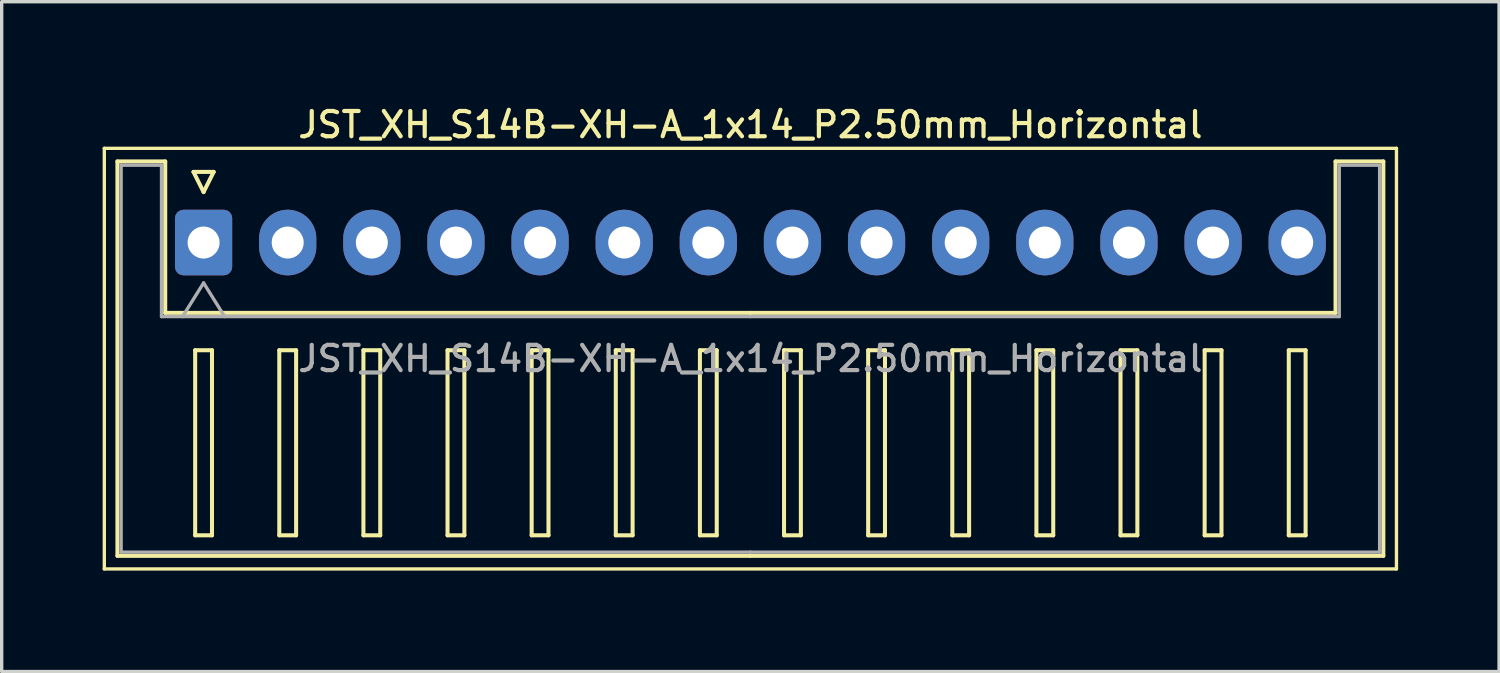
<source format=kicad_pcb>
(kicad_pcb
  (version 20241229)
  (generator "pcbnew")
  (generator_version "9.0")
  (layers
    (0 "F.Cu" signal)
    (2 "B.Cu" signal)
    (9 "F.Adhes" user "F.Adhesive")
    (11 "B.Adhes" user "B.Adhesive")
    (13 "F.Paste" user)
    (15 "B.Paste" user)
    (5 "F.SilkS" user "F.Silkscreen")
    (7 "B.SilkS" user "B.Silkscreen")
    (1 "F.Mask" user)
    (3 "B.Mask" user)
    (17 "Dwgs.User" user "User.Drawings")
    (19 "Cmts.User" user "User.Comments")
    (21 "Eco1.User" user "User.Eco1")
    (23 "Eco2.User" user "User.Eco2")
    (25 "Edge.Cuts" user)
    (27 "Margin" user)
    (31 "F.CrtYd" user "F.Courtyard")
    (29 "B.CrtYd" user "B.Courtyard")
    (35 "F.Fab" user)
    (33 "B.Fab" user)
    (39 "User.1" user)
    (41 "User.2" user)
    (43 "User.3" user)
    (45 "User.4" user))
  (footprint "JST_XH_S14B-XH-A_1x14_P2.50mm_Horizontal"
    (layer "F.Cu")
    (at 3 4.158)
    (property "Reference" "JST_XH_S14B-XH-A_1x14_P2.50mm_Horizontal" (at 16.25 -3.5 0) (layer "F.SilkS") (effects (font (size 0.75 0.75) (thickness 0.125))))
    (attr through_hole)
    (fp_line (start -2.95 -2.8) (end -2.95 9.7) (stroke (width 0.1) (type solid)) (layer "F.SilkS"))
    (fp_line (start -2.95 9.7) (end 35.45 9.7) (stroke (width 0.1) (type solid)) (layer "F.SilkS"))
    (fp_line (start -2.56 -2.41) (end -1.14 -2.41) (stroke (width 0.12) (type solid)) (layer "F.SilkS"))
    (fp_line (start -2.56 9.31) (end -2.56 -2.41) (stroke (width 0.12) (type solid)) (layer "F.SilkS"))
    (fp_line (start -1.14 -2.41) (end -1.14 2.09) (stroke (width 0.12) (type solid)) (layer "F.SilkS"))
    (fp_line (start -1.14 2.09) (end 16.25 2.09) (stroke (width 0.12) (type solid)) (layer "F.SilkS"))
    (fp_line (start -0.3 -2.1) (end 0.3 -2.1) (stroke (width 0.12) (type solid)) (layer "F.SilkS"))
    (fp_line (start -0.25 3.2) (end -0.25 8.7) (stroke (width 0.12) (type solid)) (layer "F.SilkS"))
    (fp_line (start -0.25 8.7) (end 0.25 8.7) (stroke (width 0.12) (type solid)) (layer "F.SilkS"))
    (fp_line (start 0 -1.5) (end -0.3 -2.1) (stroke (width 0.12) (type solid)) (layer "F.SilkS"))
    (fp_line (start 0.25 3.2) (end -0.25 3.2) (stroke (width 0.12) (type solid)) (layer "F.SilkS"))
    (fp_line (start 0.25 8.7) (end 0.25 3.2) (stroke (width 0.12) (type solid)) (layer "F.SilkS"))
    (fp_line (start 0.3 -2.1) (end 0 -1.5) (stroke (width 0.12) (type solid)) (layer "F.SilkS"))
    (fp_line (start 2.25 3.2) (end 2.25 8.7) (stroke (width 0.12) (type solid)) (layer "F.SilkS"))
    (fp_line (start 2.25 8.7) (end 2.75 8.7) (stroke (width 0.12) (type solid)) (layer "F.SilkS"))
    (fp_line (start 2.75 3.2) (end 2.25 3.2) (stroke (width 0.12) (type solid)) (layer "F.SilkS"))
    (fp_line (start 2.75 8.7) (end 2.75 3.2) (stroke (width 0.12) (type solid)) (layer "F.SilkS"))
    (fp_line (start 4.75 3.2) (end 4.75 8.7) (stroke (width 0.12) (type solid)) (layer "F.SilkS"))
    (fp_line (start 4.75 8.7) (end 5.25 8.7) (stroke (width 0.12) (type solid)) (layer "F.SilkS"))
    (fp_line (start 5.25 3.2) (end 4.75 3.2) (stroke (width 0.12) (type solid)) (layer "F.SilkS"))
    (fp_line (start 5.25 8.7) (end 5.25 3.2) (stroke (width 0.12) (type solid)) (layer "F.SilkS"))
    (fp_line (start 7.25 3.2) (end 7.25 8.7) (stroke (width 0.12) (type solid)) (layer "F.SilkS"))
    (fp_line (start 7.25 8.7) (end 7.75 8.7) (stroke (width 0.12) (type solid)) (layer "F.SilkS"))
    (fp_line (start 7.75 3.2) (end 7.25 3.2) (stroke (width 0.12) (type solid)) (layer "F.SilkS"))
    (fp_line (start 7.75 8.7) (end 7.75 3.2) (stroke (width 0.12) (type solid)) (layer "F.SilkS"))
    (fp_line (start 9.75 3.2) (end 9.75 8.7) (stroke (width 0.12) (type solid)) (layer "F.SilkS"))
    (fp_line (start 9.75 8.7) (end 10.25 8.7) (stroke (width 0.12) (type solid)) (layer "F.SilkS"))
    (fp_line (start 10.25 3.2) (end 9.75 3.2) (stroke (width 0.12) (type solid)) (layer "F.SilkS"))
    (fp_line (start 10.25 8.7) (end 10.25 3.2) (stroke (width 0.12) (type solid)) (layer "F.SilkS"))
    (fp_line (start 12.25 3.2) (end 12.25 8.7) (stroke (width 0.12) (type solid)) (layer "F.SilkS"))
    (fp_line (start 12.25 8.7) (end 12.75 8.7) (stroke (width 0.12) (type solid)) (layer "F.SilkS"))
    (fp_line (start 12.75 3.2) (end 12.25 3.2) (stroke (width 0.12) (type solid)) (layer "F.SilkS"))
    (fp_line (start 12.75 8.7) (end 12.75 3.2) (stroke (width 0.12) (type solid)) (layer "F.SilkS"))
    (fp_line (start 14.75 3.2) (end 14.75 8.7) (stroke (width 0.12) (type solid)) (layer "F.SilkS"))
    (fp_line (start 14.75 8.7) (end 15.25 8.7) (stroke (width 0.12) (type solid)) (layer "F.SilkS"))
    (fp_line (start 15.25 3.2) (end 14.75 3.2) (stroke (width 0.12) (type solid)) (layer "F.SilkS"))
    (fp_line (start 15.25 8.7) (end 15.25 3.2) (stroke (width 0.12) (type solid)) (layer "F.SilkS"))
    (fp_line (start 16.25 9.31) (end -2.56 9.31) (stroke (width 0.12) (type solid)) (layer "F.SilkS"))
    (fp_line (start 16.25 9.31) (end 35.06 9.31) (stroke (width 0.12) (type solid)) (layer "F.SilkS"))
    (fp_line (start 17.25 3.2) (end 17.25 8.7) (stroke (width 0.12) (type solid)) (layer "F.SilkS"))
    (fp_line (start 17.25 8.7) (end 17.75 8.7) (stroke (width 0.12) (type solid)) (layer "F.SilkS"))
    (fp_line (start 17.75 3.2) (end 17.25 3.2) (stroke (width 0.12) (type solid)) (layer "F.SilkS"))
    (fp_line (start 17.75 8.7) (end 17.75 3.2) (stroke (width 0.12) (type solid)) (layer "F.SilkS"))
    (fp_line (start 19.75 3.2) (end 19.75 8.7) (stroke (width 0.12) (type solid)) (layer "F.SilkS"))
    (fp_line (start 19.75 8.7) (end 20.25 8.7) (stroke (width 0.12) (type solid)) (layer "F.SilkS"))
    (fp_line (start 20.25 3.2) (end 19.75 3.2) (stroke (width 0.12) (type solid)) (layer "F.SilkS"))
    (fp_line (start 20.25 8.7) (end 20.25 3.2) (stroke (width 0.12) (type solid)) (layer "F.SilkS"))
    (fp_line (start 22.25 3.2) (end 22.25 8.7) (stroke (width 0.12) (type solid)) (layer "F.SilkS"))
    (fp_line (start 22.25 8.7) (end 22.75 8.7) (stroke (width 0.12) (type solid)) (layer "F.SilkS"))
    (fp_line (start 22.75 3.2) (end 22.25 3.2) (stroke (width 0.12) (type solid)) (layer "F.SilkS"))
    (fp_line (start 22.75 8.7) (end 22.75 3.2) (stroke (width 0.12) (type solid)) (layer "F.SilkS"))
    (fp_line (start 24.75 3.2) (end 24.75 8.7) (stroke (width 0.12) (type solid)) (layer "F.SilkS"))
    (fp_line (start 24.75 8.7) (end 25.25 8.7) (stroke (width 0.12) (type solid)) (layer "F.SilkS"))
    (fp_line (start 25.25 3.2) (end 24.75 3.2) (stroke (width 0.12) (type solid)) (layer "F.SilkS"))
    (fp_line (start 25.25 8.7) (end 25.25 3.2) (stroke (width 0.12) (type solid)) (layer "F.SilkS"))
    (fp_line (start 27.25 3.2) (end 27.25 8.7) (stroke (width 0.12) (type solid)) (layer "F.SilkS"))
    (fp_line (start 27.25 8.7) (end 27.75 8.7) (stroke (width 0.12) (type solid)) (layer "F.SilkS"))
    (fp_line (start 27.75 3.2) (end 27.25 3.2) (stroke (width 0.12) (type solid)) (layer "F.SilkS"))
    (fp_line (start 27.75 8.7) (end 27.75 3.2) (stroke (width 0.12) (type solid)) (layer "F.SilkS"))
    (fp_line (start 29.75 3.2) (end 29.75 8.7) (stroke (width 0.12) (type solid)) (layer "F.SilkS"))
    (fp_line (start 29.75 8.7) (end 30.25 8.7) (stroke (width 0.12) (type solid)) (layer "F.SilkS"))
    (fp_line (start 30.25 3.2) (end 29.75 3.2) (stroke (width 0.12) (type solid)) (layer "F.SilkS"))
    (fp_line (start 30.25 8.7) (end 30.25 3.2) (stroke (width 0.12) (type solid)) (layer "F.SilkS"))
    (fp_line (start 32.25 3.2) (end 32.25 8.7) (stroke (width 0.12) (type solid)) (layer "F.SilkS"))
    (fp_line (start 32.25 8.7) (end 32.75 8.7) (stroke (width 0.12) (type solid)) (layer "F.SilkS"))
    (fp_line (start 32.75 3.2) (end 32.25 3.2) (stroke (width 0.12) (type solid)) (layer "F.SilkS"))
    (fp_line (start 32.75 8.7) (end 32.75 3.2) (stroke (width 0.12) (type solid)) (layer "F.SilkS"))
    (fp_line (start 33.64 -2.41) (end 33.64 2.09) (stroke (width 0.12) (type solid)) (layer "F.SilkS"))
    (fp_line (start 33.64 2.09) (end 16.25 2.09) (stroke (width 0.12) (type solid)) (layer "F.SilkS"))
    (fp_line (start 35.06 -2.41) (end 33.64 -2.41) (stroke (width 0.12) (type solid)) (layer "F.SilkS"))
    (fp_line (start 35.06 9.31) (end 35.06 -2.41) (stroke (width 0.12) (type solid)) (layer "F.SilkS"))
    (fp_line (start 35.45 -2.8) (end -2.95 -2.8) (stroke (width 0.1) (type solid)) (layer "F.SilkS"))
    (fp_line (start 35.45 9.7) (end 35.45 -2.8) (stroke (width 0.1) (type solid)) (layer "F.SilkS"))
    (fp_line (start -2.45 -2.3) (end -1.25 -2.3) (stroke (width 0.1) (type solid)) (layer "F.Fab"))
    (fp_line (start -2.45 9.2) (end -2.45 -2.3) (stroke (width 0.1) (type solid)) (layer "F.Fab"))
    (fp_line (start -1.25 -2.3) (end -1.25 2.2) (stroke (width 0.1) (type solid)) (layer "F.Fab"))
    (fp_line (start -1.25 2.2) (end 16.25 2.2) (stroke (width 0.1) (type solid)) (layer "F.Fab"))
    (fp_line (start -0.625 2.2) (end 0 1.2) (stroke (width 0.1) (type solid)) (layer "F.Fab"))
    (fp_line (start 0 1.2) (end 0.625 2.2) (stroke (width 0.1) (type solid)) (layer "F.Fab"))
    (fp_line (start 16.25 9.2) (end -2.45 9.2) (stroke (width 0.1) (type solid)) (layer "F.Fab"))
    (fp_line (start 16.25 9.2) (end 34.95 9.2) (stroke (width 0.1) (type solid)) (layer "F.Fab"))
    (fp_line (start 33.75 -2.3) (end 33.75 2.2) (stroke (width 0.1) (type solid)) (layer "F.Fab"))
    (fp_line (start 33.75 2.2) (end 16.25 2.2) (stroke (width 0.1) (type solid)) (layer "F.Fab"))
    (fp_line (start 34.95 -2.3) (end 33.75 -2.3) (stroke (width 0.1) (type solid)) (layer "F.Fab"))
    (fp_line (start 34.95 9.2) (end 34.95 -2.3) (stroke (width 0.1) (type solid)) (layer "F.Fab"))
    (fp_text user "${REFERENCE}" (at 16.25 3.45 0) (layer "F.Fab") (effects (font (size 0.75 0.75) (thickness 0.125))))
    (pad "1" thru_hole roundrect (at 0 0) (size 1.7 1.95) (drill 0.95) (layers "*.Cu" "*.Mask") (roundrect_rratio 0.147))
    (pad "2" thru_hole oval (at 2.5 0) (size 1.7 1.95) (drill 0.95) (layers "*.Cu" "*.Mask"))
    (pad "3" thru_hole oval (at 5 0) (size 1.7 1.95) (drill 0.95) (layers "*.Cu" "*.Mask"))
    (pad "4" thru_hole oval (at 7.5 0) (size 1.7 1.95) (drill 0.95) (layers "*.Cu" "*.Mask"))
    (pad "5" thru_hole oval (at 10 0) (size 1.7 1.95) (drill 0.95) (layers "*.Cu" "*.Mask"))
    (pad "6" thru_hole oval (at 12.5 0) (size 1.7 1.95) (drill 0.95) (layers "*.Cu" "*.Mask"))
    (pad "7" thru_hole oval (at 15 0) (size 1.7 1.95) (drill 0.95) (layers "*.Cu" "*.Mask"))
    (pad "8" thru_hole oval (at 17.5 0) (size 1.7 1.95) (drill 0.95) (layers "*.Cu" "*.Mask"))
    (pad "9" thru_hole oval (at 20 0) (size 1.7 1.95) (drill 0.95) (layers "*.Cu" "*.Mask"))
    (pad "10" thru_hole oval (at 22.5 0) (size 1.7 1.95) (drill 0.95) (layers "*.Cu" "*.Mask"))
    (pad "11" thru_hole oval (at 25 0) (size 1.7 1.95) (drill 0.95) (layers "*.Cu" "*.Mask"))
    (pad "12" thru_hole oval (at 27.5 0) (size 1.7 1.95) (drill 0.95) (layers "*.Cu" "*.Mask"))
    (pad "13" thru_hole oval (at 30 0) (size 1.7 1.95) (drill 0.95) (layers "*.Cu" "*.Mask"))
    (pad "14" thru_hole oval (at 32.5 0) (size 1.7 1.95) (drill 0.95) (layers "*.Cu" "*.Mask")))
  (gr_rect
    (start -3 -3)
    (end 41.5 16.908)
    (stroke (width 0.1) (type default))
    (fill no)
    (layer "Edge.Cuts")))
</source>
